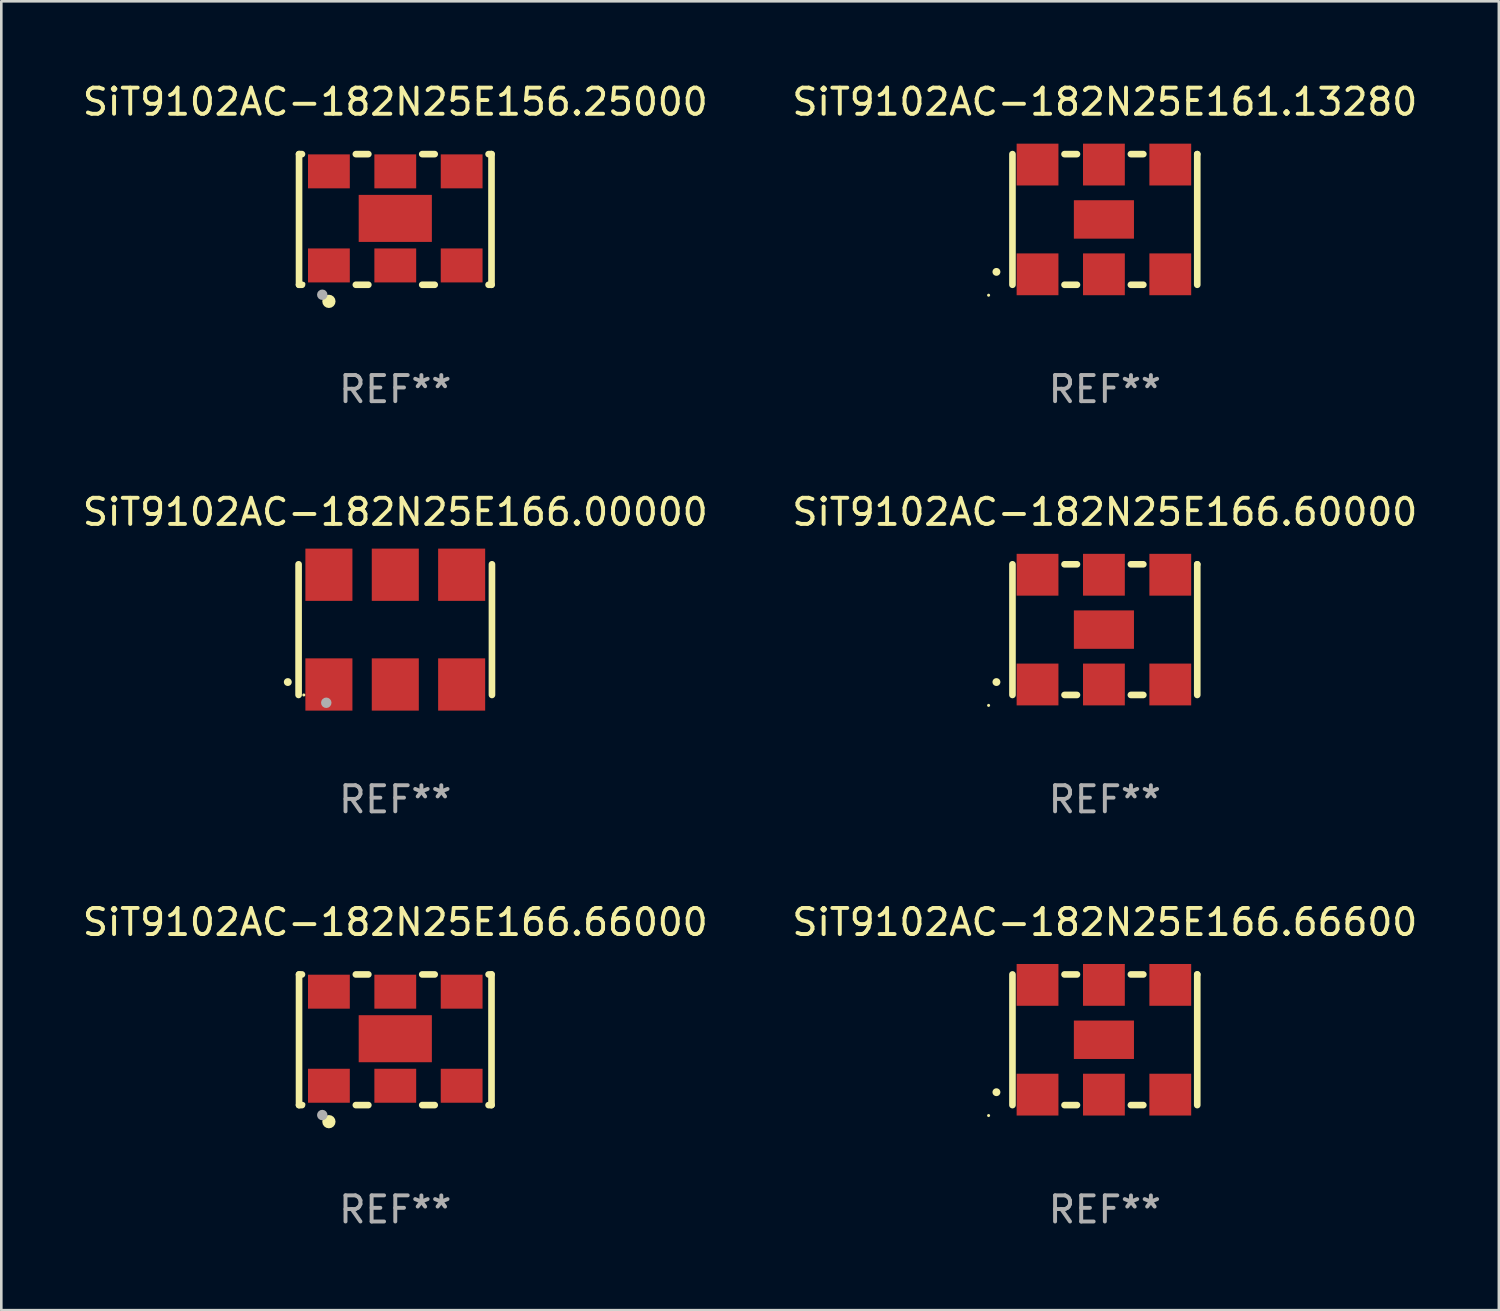
<source format=kicad_pcb>
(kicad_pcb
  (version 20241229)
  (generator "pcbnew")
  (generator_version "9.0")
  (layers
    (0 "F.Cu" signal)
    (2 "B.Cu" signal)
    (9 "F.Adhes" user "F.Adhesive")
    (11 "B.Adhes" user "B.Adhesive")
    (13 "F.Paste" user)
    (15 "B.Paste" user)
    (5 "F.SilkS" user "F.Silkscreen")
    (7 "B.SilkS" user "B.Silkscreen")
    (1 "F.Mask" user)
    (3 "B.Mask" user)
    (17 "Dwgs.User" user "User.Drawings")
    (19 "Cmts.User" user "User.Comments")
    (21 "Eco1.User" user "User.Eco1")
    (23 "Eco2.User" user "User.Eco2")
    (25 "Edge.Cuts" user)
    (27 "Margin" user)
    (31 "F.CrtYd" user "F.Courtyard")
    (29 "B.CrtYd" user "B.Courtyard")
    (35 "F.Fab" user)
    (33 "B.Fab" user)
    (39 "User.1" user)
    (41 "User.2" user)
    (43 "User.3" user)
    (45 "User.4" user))
  (footprint "SiT9102AC-182N25E161.13280"
    (layer "F.Cu")
    (at 39.232 5.348)
    (property "Reference" "SiT9102AC-182N25E161.13280" (at 0 -4.5 0) (layer "F.SilkS") (effects (font (size 1 1) (thickness 0.15))))
    (attr through_hole)
    (fp_line (start -3.536 -2.5) (end -3.536 2.5) (stroke (width 0.254) (type solid)) (layer "F.SilkS"))
    (fp_line (start -1.544 2.5) (end -1.067 2.5) (stroke (width 0.254) (type solid)) (layer "F.SilkS"))
    (fp_line (start -1.067 -2.5) (end -1.544 -2.5) (stroke (width 0.254) (type solid)) (layer "F.SilkS"))
    (fp_line (start 0.996 2.5) (end 1.473 2.5) (stroke (width 0.254) (type solid)) (layer "F.SilkS"))
    (fp_line (start 1.473 -2.5) (end 0.996 -2.5) (stroke (width 0.254) (type solid)) (layer "F.SilkS"))
    (fp_line (start 3.536 -2.5) (end 3.536 -2.5) (stroke (width 0.254) (type solid)) (layer "F.SilkS"))
    (fp_line (start 3.536 2.5) (end 3.536 -2.5) (stroke (width 0.254) (type solid)) (layer "F.SilkS"))
    (fp_arc (start -4.150432 2.006604) (mid -4.149162 2.006599) (end -4.147892 2.006604) (stroke (width 0.3) (type solid)) (layer "F.SilkS"))
    (fp_circle (center -4.449 2.9) (end -4.419 2.9) (stroke (width 0.06) (type solid)) (fill no) (layer "F.SilkS"))
    (fp_text user "REF**" (at 0 6.5 0) (layer "F.Fab") (effects (font (size 1 1) (thickness 0.15))))
    (pad "1" smd rect (at -2.576 2.1) (size 1.6 1.6) (layers "F.Cu" "F.Mask" "F.Paste"))
    (pad "2" smd rect (at -0.036 2.1) (size 1.6 1.6) (layers "F.Cu" "F.Mask" "F.Paste"))
    (pad "3" smd rect (at 2.504 2.1) (size 1.6 1.6) (layers "F.Cu" "F.Mask" "F.Paste"))
    (pad "4" smd rect (at 2.504 -2.1) (size 1.6 1.6) (layers "F.Cu" "F.Mask" "F.Paste"))
    (pad "5" smd rect (at -0.036 -2.1) (size 1.6 1.6) (layers "F.Cu" "F.Mask" "F.Paste"))
    (pad "6" smd rect (at -2.576 -2.1) (size 1.6 1.6) (layers "F.Cu" "F.Mask" "F.Paste"))
    (pad "7" smd rect (at -0.036 0) (size 2.3 1.47) (layers "F.Cu" "F.Mask" "F.Paste")))
  (footprint "SiT9102AC-182N25E166.00000"
    (layer "F.Cu")
    (at 12.077 21.045)
    (property "Reference" "SiT9102AC-182N25E166.00000" (at 0 -4.5 0) (layer "F.SilkS") (effects (font (size 1 1) (thickness 0.15))))
    (attr through_hole)
    (fp_line (start -3.7 -2.5) (end -3.7 2.5) (stroke (width 0.254) (type solid)) (layer "F.SilkS"))
    (fp_line (start 3.7 -2.5) (end 3.7 2.5) (stroke (width 0.254) (type solid)) (layer "F.SilkS"))
    (fp_arc (start -4.114415 2.006604) (mid -4.113145 2.006599) (end -4.111875 2.006604) (stroke (width 0.3) (type solid)) (layer "F.SilkS"))
    (fp_circle (center -3.5 2.501) (end -3.47 2.501) (stroke (width 0.06) (type solid)) (fill no) (layer "F.SilkS"))
    (fp_circle (center -2.641 2.799) (end -2.541 2.799) (stroke (width 0.2) (type solid)) (fill no) (layer "F.Fab"))
    (fp_text user "REF**" (at 0 6.5 0) (layer "F.Fab") (effects (font (size 1 1) (thickness 0.15))))
    (pad "1" smd rect (at -2.54 2.1) (size 1.8 2) (layers "F.Cu" "F.Mask" "F.Paste"))
    (pad "2" smd rect (at 0.000394 2.1) (size 1.8 2) (layers "F.Cu" "F.Mask" "F.Paste"))
    (pad "3" smd rect (at 2.54 2.1) (size 1.8 2) (layers "F.Cu" "F.Mask" "F.Paste"))
    (pad "4" smd rect (at 2.54 -2.1) (size 1.8 2) (layers "F.Cu" "F.Mask" "F.Paste"))
    (pad "5" smd rect (at 0.000394 -2.1) (size 1.8 2) (layers "F.Cu" "F.Mask" "F.Paste"))
    (pad "6" smd rect (at -2.54 -2.1) (size 1.8 2) (layers "F.Cu" "F.Mask" "F.Paste")))
  (footprint "SiT9102AC-182N25E156.25000"
    (layer "F.Cu")
    (at 12.077 5.348)
    (property "Reference" "SiT9102AC-182N25E156.25000" (at 0 -4.5 0) (layer "F.SilkS") (effects (font (size 1 1) (thickness 0.15))))
    (attr through_hole)
    (fp_line (start -3.683 -2.5) (end -3.571 -2.5) (stroke (width 0.254) (type solid)) (layer "F.SilkS"))
    (fp_line (start -3.683 2.5) (end -3.683 -2.5) (stroke (width 0.254) (type solid)) (layer "F.SilkS"))
    (fp_line (start -3.683 2.5) (end -3.571 2.5) (stroke (width 0.254) (type solid)) (layer "F.SilkS"))
    (fp_line (start -1.509 -2.5) (end -1.031 -2.5) (stroke (width 0.254) (type solid)) (layer "F.SilkS"))
    (fp_line (start -1.509 2.5) (end -1.031 2.5) (stroke (width 0.254) (type solid)) (layer "F.SilkS"))
    (fp_line (start 1.031 -2.5) (end 1.509 -2.5) (stroke (width 0.254) (type solid)) (layer "F.SilkS"))
    (fp_line (start 1.031 2.5) (end 1.509 2.5) (stroke (width 0.254) (type solid)) (layer "F.SilkS"))
    (fp_line (start 3.571 -2.5) (end 3.683 -2.5) (stroke (width 0.254) (type solid)) (layer "F.SilkS"))
    (fp_line (start 3.571 2.5) (end 3.683 2.5) (stroke (width 0.254) (type solid)) (layer "F.SilkS"))
    (fp_line (start 3.683 2.5) (end 3.683 -2.5) (stroke (width 0.254) (type solid)) (layer "F.SilkS"))
    (fp_circle (center -3.5 2.46) (end -3.47 2.46) (stroke (width 0.06) (type solid)) (fill no) (layer "F.SilkS"))
    (fp_circle (center -2.54 3.135) (end -2.413 3.135) (stroke (width 0.254) (type solid)) (fill no) (layer "F.SilkS"))
    (fp_circle (center -2.794 2.881) (end -2.694 2.881) (stroke (width 0.2) (type solid)) (fill no) (layer "F.Fab"))
    (fp_text user "REF**" (at 0 6.5 0) (layer "F.Fab") (effects (font (size 1 1) (thickness 0.15))))
    (pad "1" smd rect (at -2.54 1.76) (size 1.6 1.3) (layers "F.Cu" "F.Mask" "F.Paste"))
    (pad "2" smd rect (at 0 1.76) (size 1.6 1.3) (layers "F.Cu" "F.Mask" "F.Paste"))
    (pad "3" smd rect (at 2.54 1.76) (size 1.6 1.3) (layers "F.Cu" "F.Mask" "F.Paste"))
    (pad "4" smd rect (at 2.54 -1.84) (size 1.6 1.3) (layers "F.Cu" "F.Mask" "F.Paste"))
    (pad "5" smd rect (at 0 -1.84) (size 1.6 1.3) (layers "F.Cu" "F.Mask" "F.Paste"))
    (pad "6" smd rect (at -2.54 -1.84) (size 1.6 1.3) (layers "F.Cu" "F.Mask" "F.Paste"))
    (pad "7" smd rect (at 0 -0.04) (size 2.8 1.8) (layers "F.Cu" "F.Mask" "F.Paste")))
  (footprint "SiT9102AC-182N25E166.66600"
    (layer "F.Cu")
    (at 39.232 36.741)
    (property "Reference" "SiT9102AC-182N25E166.66600" (at 0 -4.5 0) (layer "F.SilkS") (effects (font (size 1 1) (thickness 0.15))))
    (attr through_hole)
    (fp_line (start -3.536 -2.5) (end -3.536 2.5) (stroke (width 0.254) (type solid)) (layer "F.SilkS"))
    (fp_line (start -1.544 2.5) (end -1.067 2.5) (stroke (width 0.254) (type solid)) (layer "F.SilkS"))
    (fp_line (start -1.067 -2.5) (end -1.544 -2.5) (stroke (width 0.254) (type solid)) (layer "F.SilkS"))
    (fp_line (start 0.996 2.5) (end 1.473 2.5) (stroke (width 0.254) (type solid)) (layer "F.SilkS"))
    (fp_line (start 1.473 -2.5) (end 0.996 -2.5) (stroke (width 0.254) (type solid)) (layer "F.SilkS"))
    (fp_line (start 3.536 -2.5) (end 3.536 -2.5) (stroke (width 0.254) (type solid)) (layer "F.SilkS"))
    (fp_line (start 3.536 2.5) (end 3.536 -2.5) (stroke (width 0.254) (type solid)) (layer "F.SilkS"))
    (fp_arc (start -4.150432 2.006604) (mid -4.149162 2.006599) (end -4.147892 2.006604) (stroke (width 0.3) (type solid)) (layer "F.SilkS"))
    (fp_circle (center -4.449 2.9) (end -4.419 2.9) (stroke (width 0.06) (type solid)) (fill no) (layer "F.SilkS"))
    (fp_text user "REF**" (at 0 6.5 0) (layer "F.Fab") (effects (font (size 1 1) (thickness 0.15))))
    (pad "1" smd rect (at -2.576 2.1) (size 1.6 1.6) (layers "F.Cu" "F.Mask" "F.Paste"))
    (pad "2" smd rect (at -0.036 2.1) (size 1.6 1.6) (layers "F.Cu" "F.Mask" "F.Paste"))
    (pad "3" smd rect (at 2.504 2.1) (size 1.6 1.6) (layers "F.Cu" "F.Mask" "F.Paste"))
    (pad "4" smd rect (at 2.504 -2.1) (size 1.6 1.6) (layers "F.Cu" "F.Mask" "F.Paste"))
    (pad "5" smd rect (at -0.036 -2.1) (size 1.6 1.6) (layers "F.Cu" "F.Mask" "F.Paste"))
    (pad "6" smd rect (at -2.576 -2.1) (size 1.6 1.6) (layers "F.Cu" "F.Mask" "F.Paste"))
    (pad "7" smd rect (at -0.036 0) (size 2.3 1.47) (layers "F.Cu" "F.Mask" "F.Paste")))
  (footprint "SiT9102AC-182N25E166.66000"
    (layer "F.Cu")
    (at 12.077 36.741)
    (property "Reference" "SiT9102AC-182N25E166.66000" (at 0 -4.5 0) (layer "F.SilkS") (effects (font (size 1 1) (thickness 0.15))))
    (attr through_hole)
    (fp_line (start -3.683 -2.5) (end -3.571 -2.5) (stroke (width 0.254) (type solid)) (layer "F.SilkS"))
    (fp_line (start -3.683 2.5) (end -3.683 -2.5) (stroke (width 0.254) (type solid)) (layer "F.SilkS"))
    (fp_line (start -3.683 2.5) (end -3.571 2.5) (stroke (width 0.254) (type solid)) (layer "F.SilkS"))
    (fp_line (start -1.509 -2.5) (end -1.031 -2.5) (stroke (width 0.254) (type solid)) (layer "F.SilkS"))
    (fp_line (start -1.509 2.5) (end -1.031 2.5) (stroke (width 0.254) (type solid)) (layer "F.SilkS"))
    (fp_line (start 1.031 -2.5) (end 1.509 -2.5) (stroke (width 0.254) (type solid)) (layer "F.SilkS"))
    (fp_line (start 1.031 2.5) (end 1.509 2.5) (stroke (width 0.254) (type solid)) (layer "F.SilkS"))
    (fp_line (start 3.571 -2.5) (end 3.683 -2.5) (stroke (width 0.254) (type solid)) (layer "F.SilkS"))
    (fp_line (start 3.571 2.5) (end 3.683 2.5) (stroke (width 0.254) (type solid)) (layer "F.SilkS"))
    (fp_line (start 3.683 2.5) (end 3.683 -2.5) (stroke (width 0.254) (type solid)) (layer "F.SilkS"))
    (fp_circle (center -3.5 2.46) (end -3.47 2.46) (stroke (width 0.06) (type solid)) (fill no) (layer "F.SilkS"))
    (fp_circle (center -2.54 3.135) (end -2.413 3.135) (stroke (width 0.254) (type solid)) (fill no) (layer "F.SilkS"))
    (fp_circle (center -2.794 2.881) (end -2.694 2.881) (stroke (width 0.2) (type solid)) (fill no) (layer "F.Fab"))
    (fp_text user "REF**" (at 0 6.5 0) (layer "F.Fab") (effects (font (size 1 1) (thickness 0.15))))
    (pad "1" smd rect (at -2.54 1.76) (size 1.6 1.3) (layers "F.Cu" "F.Mask" "F.Paste"))
    (pad "2" smd rect (at 0 1.76) (size 1.6 1.3) (layers "F.Cu" "F.Mask" "F.Paste"))
    (pad "3" smd rect (at 2.54 1.76) (size 1.6 1.3) (layers "F.Cu" "F.Mask" "F.Paste"))
    (pad "4" smd rect (at 2.54 -1.84) (size 1.6 1.3) (layers "F.Cu" "F.Mask" "F.Paste"))
    (pad "5" smd rect (at 0 -1.84) (size 1.6 1.3) (layers "F.Cu" "F.Mask" "F.Paste"))
    (pad "6" smd rect (at -2.54 -1.84) (size 1.6 1.3) (layers "F.Cu" "F.Mask" "F.Paste"))
    (pad "7" smd rect (at 0 -0.04) (size 2.8 1.8) (layers "F.Cu" "F.Mask" "F.Paste")))
  (footprint "SiT9102AC-182N25E166.60000"
    (layer "F.Cu")
    (at 39.232 21.045)
    (property "Reference" "SiT9102AC-182N25E166.60000" (at 0 -4.5 0) (layer "F.SilkS") (effects (font (size 1 1) (thickness 0.15))))
    (attr through_hole)
    (fp_line (start -3.536 -2.5) (end -3.536 2.5) (stroke (width 0.254) (type solid)) (layer "F.SilkS"))
    (fp_line (start -1.544 2.5) (end -1.067 2.5) (stroke (width 0.254) (type solid)) (layer "F.SilkS"))
    (fp_line (start -1.067 -2.5) (end -1.544 -2.5) (stroke (width 0.254) (type solid)) (layer "F.SilkS"))
    (fp_line (start 0.996 2.5) (end 1.473 2.5) (stroke (width 0.254) (type solid)) (layer "F.SilkS"))
    (fp_line (start 1.473 -2.5) (end 0.996 -2.5) (stroke (width 0.254) (type solid)) (layer "F.SilkS"))
    (fp_line (start 3.536 -2.5) (end 3.536 -2.5) (stroke (width 0.254) (type solid)) (layer "F.SilkS"))
    (fp_line (start 3.536 2.5) (end 3.536 -2.5) (stroke (width 0.254) (type solid)) (layer "F.SilkS"))
    (fp_arc (start -4.150432 2.006604) (mid -4.149162 2.006599) (end -4.147892 2.006604) (stroke (width 0.3) (type solid)) (layer "F.SilkS"))
    (fp_circle (center -4.449 2.9) (end -4.419 2.9) (stroke (width 0.06) (type solid)) (fill no) (layer "F.SilkS"))
    (fp_text user "REF**" (at 0 6.5 0) (layer "F.Fab") (effects (font (size 1 1) (thickness 0.15))))
    (pad "1" smd rect (at -2.576 2.1) (size 1.6 1.6) (layers "F.Cu" "F.Mask" "F.Paste"))
    (pad "2" smd rect (at -0.036 2.1) (size 1.6 1.6) (layers "F.Cu" "F.Mask" "F.Paste"))
    (pad "3" smd rect (at 2.504 2.1) (size 1.6 1.6) (layers "F.Cu" "F.Mask" "F.Paste"))
    (pad "4" smd rect (at 2.504 -2.1) (size 1.6 1.6) (layers "F.Cu" "F.Mask" "F.Paste"))
    (pad "5" smd rect (at -0.036 -2.1) (size 1.6 1.6) (layers "F.Cu" "F.Mask" "F.Paste"))
    (pad "6" smd rect (at -2.576 -2.1) (size 1.6 1.6) (layers "F.Cu" "F.Mask" "F.Paste"))
    (pad "7" smd rect (at -0.036 0) (size 2.3 1.47) (layers "F.Cu" "F.Mask" "F.Paste")))
  (gr_rect
    (start -3 -3)
    (end 54.31 47.09)
    (stroke (width 0.1) (type default))
    (fill no)
    (layer "Edge.Cuts")))
</source>
